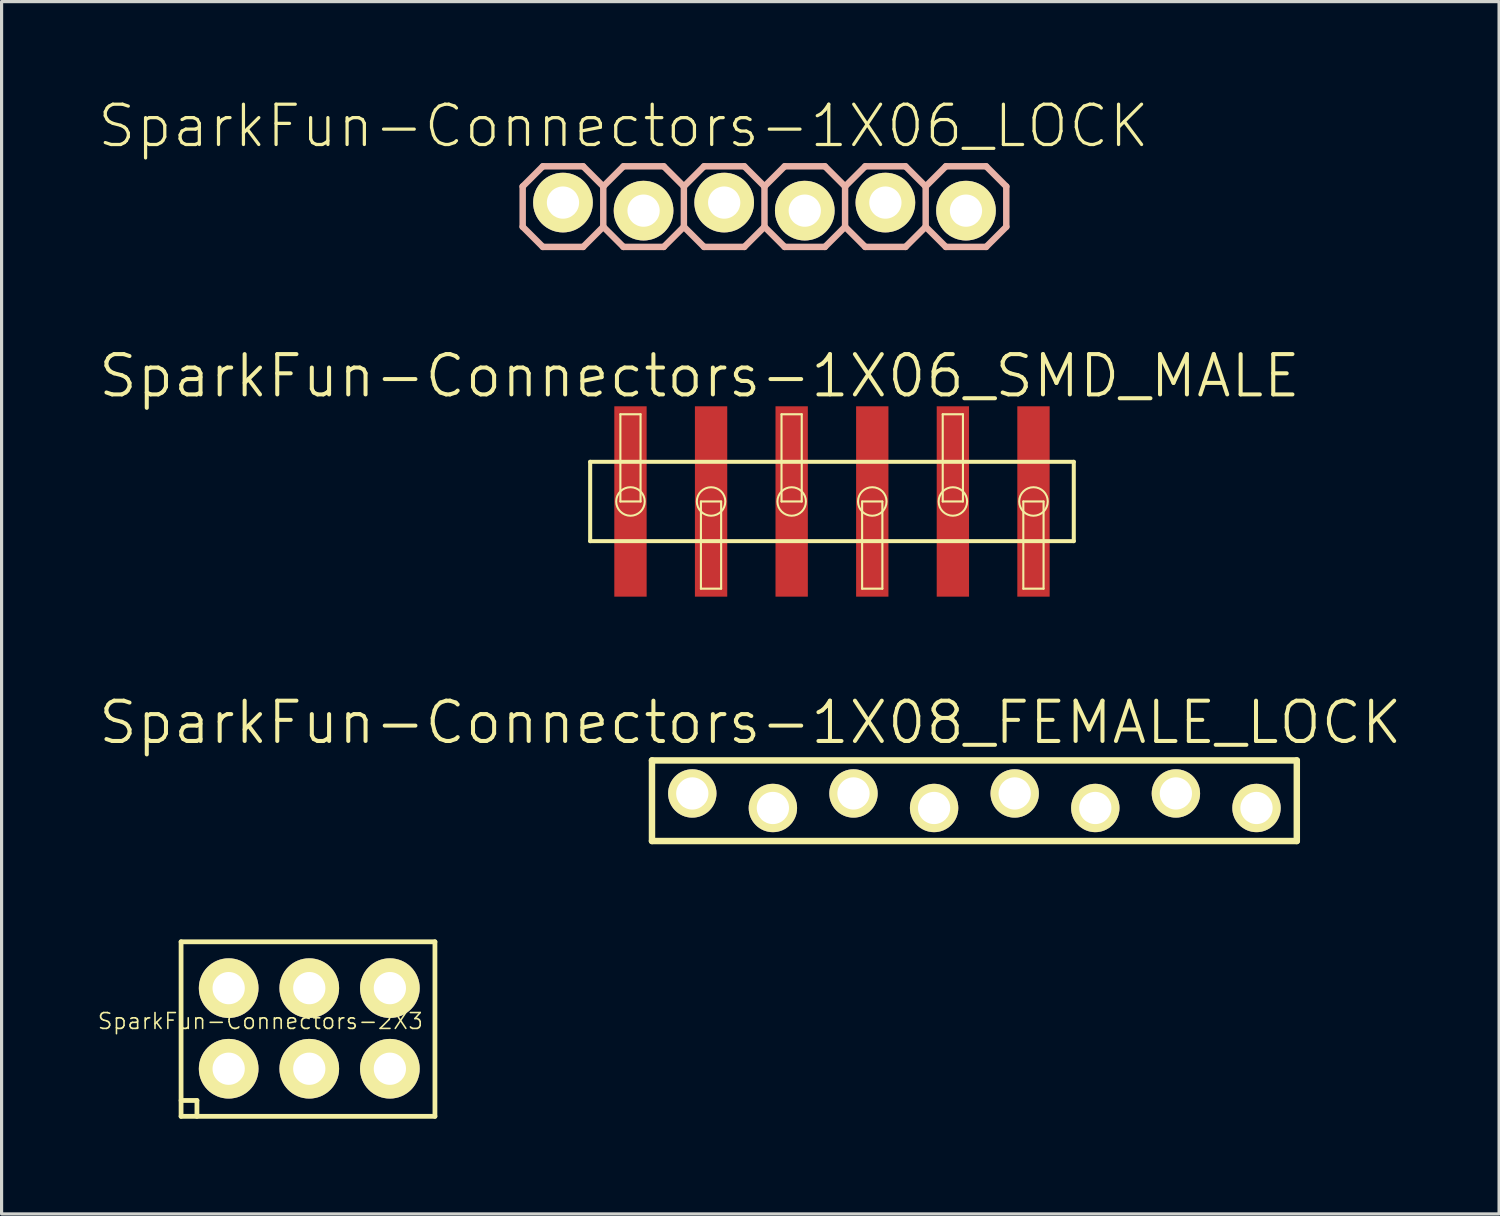
<source format=kicad_pcb>
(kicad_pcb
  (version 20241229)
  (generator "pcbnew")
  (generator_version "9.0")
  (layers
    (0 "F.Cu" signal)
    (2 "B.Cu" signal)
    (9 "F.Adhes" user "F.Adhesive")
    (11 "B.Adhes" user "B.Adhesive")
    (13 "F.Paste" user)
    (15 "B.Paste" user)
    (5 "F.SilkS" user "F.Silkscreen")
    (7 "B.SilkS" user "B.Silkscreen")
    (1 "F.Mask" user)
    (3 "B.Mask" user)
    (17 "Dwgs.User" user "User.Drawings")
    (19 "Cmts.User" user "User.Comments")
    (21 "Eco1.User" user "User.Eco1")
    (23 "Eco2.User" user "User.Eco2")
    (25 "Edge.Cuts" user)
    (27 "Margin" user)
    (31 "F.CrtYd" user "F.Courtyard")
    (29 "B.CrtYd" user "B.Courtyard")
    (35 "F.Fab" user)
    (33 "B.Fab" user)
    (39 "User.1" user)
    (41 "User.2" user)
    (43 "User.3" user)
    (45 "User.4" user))
  (footprint "SparkFun-Connectors-1X06_SMD_MALE"
    (layer "F.Cu")
    (at 16.818 12.753)
    (property "Reference" "SparkFun-Connectors-1X06_SMD_MALE" (at 2.174 -3.955 0) (layer "F.SilkS") (effects (font (size 1.27 1.27) (thickness 0.127))))
    (attr smd)
    (fp_line (start -1.27 -1.25) (end -1.27 1.25) (stroke (width 0.127) (type solid)) (layer "F.SilkS"))
    (fp_line (start -1.27 1.25) (end 13.97 1.25) (stroke (width 0.127) (type solid)) (layer "F.SilkS"))
    (fp_line (start -0.318 -2.748) (end 0.318 -2.748) (stroke (width 0.066) (type solid)) (layer "F.SilkS"))
    (fp_line (start -0.318 0) (end -0.318 -2.748) (stroke (width 0.066) (type solid)) (layer "F.SilkS"))
    (fp_line (start -0.318 0) (end 0.318 0) (stroke (width 0.066) (type solid)) (layer "F.SilkS"))
    (fp_line (start 0.318 0) (end 0.318 -2.748) (stroke (width 0.066) (type solid)) (layer "F.SilkS"))
    (fp_line (start 2.22 0) (end 2.857 0) (stroke (width 0.066) (type solid)) (layer "F.SilkS"))
    (fp_line (start 2.22 2.748) (end 2.22 0) (stroke (width 0.066) (type solid)) (layer "F.SilkS"))
    (fp_line (start 2.22 2.748) (end 2.857 2.748) (stroke (width 0.066) (type solid)) (layer "F.SilkS"))
    (fp_line (start 2.857 2.748) (end 2.857 0) (stroke (width 0.066) (type solid)) (layer "F.SilkS"))
    (fp_line (start 4.76 -2.748) (end 5.397 -2.748) (stroke (width 0.066) (type solid)) (layer "F.SilkS"))
    (fp_line (start 4.76 0) (end 4.76 -2.748) (stroke (width 0.066) (type solid)) (layer "F.SilkS"))
    (fp_line (start 4.76 0) (end 5.397 0) (stroke (width 0.066) (type solid)) (layer "F.SilkS"))
    (fp_line (start 5.397 0) (end 5.397 -2.748) (stroke (width 0.066) (type solid)) (layer "F.SilkS"))
    (fp_line (start 7.3 0) (end 7.938 0) (stroke (width 0.066) (type solid)) (layer "F.SilkS"))
    (fp_line (start 7.3 2.748) (end 7.3 0) (stroke (width 0.066) (type solid)) (layer "F.SilkS"))
    (fp_line (start 7.3 2.748) (end 7.938 2.748) (stroke (width 0.066) (type solid)) (layer "F.SilkS"))
    (fp_line (start 7.938 2.748) (end 7.938 0) (stroke (width 0.066) (type solid)) (layer "F.SilkS"))
    (fp_line (start 9.84 -2.748) (end 10.477 -2.748) (stroke (width 0.066) (type solid)) (layer "F.SilkS"))
    (fp_line (start 9.84 0) (end 9.84 -2.748) (stroke (width 0.066) (type solid)) (layer "F.SilkS"))
    (fp_line (start 9.84 0) (end 10.477 0) (stroke (width 0.066) (type solid)) (layer "F.SilkS"))
    (fp_line (start 10.477 0) (end 10.477 -2.748) (stroke (width 0.066) (type solid)) (layer "F.SilkS"))
    (fp_line (start 12.38 0) (end 13.018 0) (stroke (width 0.066) (type solid)) (layer "F.SilkS"))
    (fp_line (start 12.38 2.748) (end 12.38 0) (stroke (width 0.066) (type solid)) (layer "F.SilkS"))
    (fp_line (start 12.38 2.748) (end 13.018 2.748) (stroke (width 0.066) (type solid)) (layer "F.SilkS"))
    (fp_line (start 13.018 2.748) (end 13.018 0) (stroke (width 0.066) (type solid)) (layer "F.SilkS"))
    (fp_line (start 13.97 -1.25) (end -1.27 -1.25) (stroke (width 0.127) (type solid)) (layer "F.SilkS"))
    (fp_line (start 13.97 1.25) (end 13.97 -1.25) (stroke (width 0.127) (type solid)) (layer "F.SilkS"))
    (fp_circle (center 0 0) (end -0.318 0.318) (stroke (width 0.064) (type solid)) (fill no) (layer "F.SilkS"))
    (fp_circle (center 2.54 0) (end 2.857 0.318) (stroke (width 0.064) (type solid)) (fill no) (layer "F.SilkS"))
    (fp_circle (center 5.08 0) (end 5.397 0.318) (stroke (width 0.064) (type solid)) (fill no) (layer "F.SilkS"))
    (fp_circle (center 7.62 0) (end 7.938 0.318) (stroke (width 0.064) (type solid)) (fill no) (layer "F.SilkS"))
    (fp_circle (center 10.16 0) (end 10.477 0.318) (stroke (width 0.064) (type solid)) (fill no) (layer "F.SilkS"))
    (fp_circle (center 12.7 0) (end 13.018 0.318) (stroke (width 0.064) (type solid)) (fill no) (layer "F.SilkS"))
    (pad "1" smd rect (at 0 0) (size 1.019 5.999) (layers "F.Cu" "F.Mask" "F.Paste"))
    (pad "2" smd rect (at 2.54 0) (size 1.019 5.999) (layers "F.Cu" "F.Mask" "F.Paste"))
    (pad "3" smd rect (at 5.08 0) (size 1.019 5.999) (layers "F.Cu" "F.Mask" "F.Paste"))
    (pad "4" smd rect (at 7.62 0) (size 1.019 5.999) (layers "F.Cu" "F.Mask" "F.Paste"))
    (pad "5" smd rect (at 10.16 0) (size 1.019 5.999) (layers "F.Cu" "F.Mask" "F.Paste"))
    (pad "6" smd rect (at 12.7 0) (size 1.019 5.999) (layers "F.Cu" "F.Mask" "F.Paste")))
  (footprint "SparkFun-Connectors-1X06_LOCK"
    (layer "F.Cu")
    (at 14.691 3.334)
    (property "Reference" "SparkFun-Connectors-1X06_LOCK" (at 1.905 -2.413 0) (layer "F.SilkS") (effects (font (size 1.27 1.27) (thickness 0.102))))
    (attr exclude_from_pos_files exclude_from_bom)
    (fp_line (start -0.292 -0.165) (end 0.292 -0.165) (stroke (width 0.066) (type solid)) (layer "F.SilkS"))
    (fp_line (start -0.292 0.419) (end -0.292 -0.165) (stroke (width 0.066) (type solid)) (layer "F.SilkS"))
    (fp_line (start -0.292 0.419) (end 0.292 0.419) (stroke (width 0.066) (type solid)) (layer "F.SilkS"))
    (fp_line (start 0.292 0.419) (end 0.292 -0.165) (stroke (width 0.066) (type solid)) (layer "F.SilkS"))
    (fp_line (start 2.248 -0.165) (end 2.832 -0.165) (stroke (width 0.066) (type solid)) (layer "F.SilkS"))
    (fp_line (start 2.248 0.419) (end 2.248 -0.165) (stroke (width 0.066) (type solid)) (layer "F.SilkS"))
    (fp_line (start 2.248 0.419) (end 2.832 0.419) (stroke (width 0.066) (type solid)) (layer "F.SilkS"))
    (fp_line (start 2.832 0.419) (end 2.832 -0.165) (stroke (width 0.066) (type solid)) (layer "F.SilkS"))
    (fp_line (start 4.788 -0.165) (end 5.372 -0.165) (stroke (width 0.066) (type solid)) (layer "F.SilkS"))
    (fp_line (start 4.788 0.419) (end 4.788 -0.165) (stroke (width 0.066) (type solid)) (layer "F.SilkS"))
    (fp_line (start 4.788 0.419) (end 5.372 0.419) (stroke (width 0.066) (type solid)) (layer "F.SilkS"))
    (fp_line (start 5.372 0.419) (end 5.372 -0.165) (stroke (width 0.066) (type solid)) (layer "F.SilkS"))
    (fp_line (start 7.328 -0.165) (end 7.912 -0.165) (stroke (width 0.066) (type solid)) (layer "F.SilkS"))
    (fp_line (start 7.328 0.419) (end 7.328 -0.165) (stroke (width 0.066) (type solid)) (layer "F.SilkS"))
    (fp_line (start 7.328 0.419) (end 7.912 0.419) (stroke (width 0.066) (type solid)) (layer "F.SilkS"))
    (fp_line (start 7.912 0.419) (end 7.912 -0.165) (stroke (width 0.066) (type solid)) (layer "F.SilkS"))
    (fp_line (start 9.868 -0.165) (end 10.452 -0.165) (stroke (width 0.066) (type solid)) (layer "F.SilkS"))
    (fp_line (start 9.868 0.419) (end 9.868 -0.165) (stroke (width 0.066) (type solid)) (layer "F.SilkS"))
    (fp_line (start 9.868 0.419) (end 10.452 0.419) (stroke (width 0.066) (type solid)) (layer "F.SilkS"))
    (fp_line (start 10.452 0.419) (end 10.452 -0.165) (stroke (width 0.066) (type solid)) (layer "F.SilkS"))
    (fp_line (start 12.408 -0.165) (end 12.992 -0.165) (stroke (width 0.066) (type solid)) (layer "F.SilkS"))
    (fp_line (start 12.408 0.419) (end 12.408 -0.165) (stroke (width 0.066) (type solid)) (layer "F.SilkS"))
    (fp_line (start 12.408 0.419) (end 12.992 0.419) (stroke (width 0.066) (type solid)) (layer "F.SilkS"))
    (fp_line (start 12.992 0.419) (end 12.992 -0.165) (stroke (width 0.066) (type solid)) (layer "F.SilkS"))
    (fp_line (start -1.27 -0.508) (end -0.635 -1.143) (stroke (width 0.203) (type solid)) (layer "B.SilkS"))
    (fp_line (start -1.27 0.762) (end -1.27 -0.508) (stroke (width 0.203) (type solid)) (layer "B.SilkS"))
    (fp_line (start -0.635 -1.143) (end 0.635 -1.143) (stroke (width 0.203) (type solid)) (layer "B.SilkS"))
    (fp_line (start -0.635 1.397) (end -1.27 0.762) (stroke (width 0.203) (type solid)) (layer "B.SilkS"))
    (fp_line (start 0.635 -1.143) (end 1.27 -0.508) (stroke (width 0.203) (type solid)) (layer "B.SilkS"))
    (fp_line (start 0.635 1.397) (end -0.635 1.397) (stroke (width 0.203) (type solid)) (layer "B.SilkS"))
    (fp_line (start 1.27 -0.508) (end 1.27 0.762) (stroke (width 0.203) (type solid)) (layer "B.SilkS"))
    (fp_line (start 1.27 -0.508) (end 1.905 -1.143) (stroke (width 0.203) (type solid)) (layer "B.SilkS"))
    (fp_line (start 1.27 0.762) (end 0.635 1.397) (stroke (width 0.203) (type solid)) (layer "B.SilkS"))
    (fp_line (start 1.905 -1.143) (end 3.175 -1.143) (stroke (width 0.203) (type solid)) (layer "B.SilkS"))
    (fp_line (start 1.905 1.397) (end 1.27 0.762) (stroke (width 0.203) (type solid)) (layer "B.SilkS"))
    (fp_line (start 3.175 -1.143) (end 3.81 -0.508) (stroke (width 0.203) (type solid)) (layer "B.SilkS"))
    (fp_line (start 3.175 1.397) (end 1.905 1.397) (stroke (width 0.203) (type solid)) (layer "B.SilkS"))
    (fp_line (start 3.81 -0.508) (end 3.81 0.762) (stroke (width 0.203) (type solid)) (layer "B.SilkS"))
    (fp_line (start 3.81 -0.508) (end 4.445 -1.143) (stroke (width 0.203) (type solid)) (layer "B.SilkS"))
    (fp_line (start 3.81 0.762) (end 3.175 1.397) (stroke (width 0.203) (type solid)) (layer "B.SilkS"))
    (fp_line (start 4.445 -1.143) (end 5.715 -1.143) (stroke (width 0.203) (type solid)) (layer "B.SilkS"))
    (fp_line (start 4.445 1.397) (end 3.81 0.762) (stroke (width 0.203) (type solid)) (layer "B.SilkS"))
    (fp_line (start 5.715 -1.143) (end 6.35 -0.508) (stroke (width 0.203) (type solid)) (layer "B.SilkS"))
    (fp_line (start 5.715 1.397) (end 4.445 1.397) (stroke (width 0.203) (type solid)) (layer "B.SilkS"))
    (fp_line (start 6.35 -0.508) (end 6.35 0.762) (stroke (width 0.203) (type solid)) (layer "B.SilkS"))
    (fp_line (start 6.35 -0.508) (end 6.985 -1.143) (stroke (width 0.203) (type solid)) (layer "B.SilkS"))
    (fp_line (start 6.35 0.762) (end 5.715 1.397) (stroke (width 0.203) (type solid)) (layer "B.SilkS"))
    (fp_line (start 6.985 -1.143) (end 8.255 -1.143) (stroke (width 0.203) (type solid)) (layer "B.SilkS"))
    (fp_line (start 6.985 1.397) (end 6.35 0.762) (stroke (width 0.203) (type solid)) (layer "B.SilkS"))
    (fp_line (start 8.255 -1.143) (end 8.89 -0.508) (stroke (width 0.203) (type solid)) (layer "B.SilkS"))
    (fp_line (start 8.255 1.397) (end 6.985 1.397) (stroke (width 0.203) (type solid)) (layer "B.SilkS"))
    (fp_line (start 8.89 -0.508) (end 8.89 0.762) (stroke (width 0.203) (type solid)) (layer "B.SilkS"))
    (fp_line (start 8.89 -0.508) (end 9.525 -1.143) (stroke (width 0.203) (type solid)) (layer "B.SilkS"))
    (fp_line (start 8.89 0.762) (end 8.255 1.397) (stroke (width 0.203) (type solid)) (layer "B.SilkS"))
    (fp_line (start 9.525 -1.143) (end 10.795 -1.143) (stroke (width 0.203) (type solid)) (layer "B.SilkS"))
    (fp_line (start 9.525 1.397) (end 8.89 0.762) (stroke (width 0.203) (type solid)) (layer "B.SilkS"))
    (fp_line (start 10.795 -1.143) (end 11.43 -0.508) (stroke (width 0.203) (type solid)) (layer "B.SilkS"))
    (fp_line (start 10.795 1.397) (end 9.525 1.397) (stroke (width 0.203) (type solid)) (layer "B.SilkS"))
    (fp_line (start 11.43 -0.508) (end 11.43 0.762) (stroke (width 0.203) (type solid)) (layer "B.SilkS"))
    (fp_line (start 11.43 -0.508) (end 12.065 -1.143) (stroke (width 0.203) (type solid)) (layer "B.SilkS"))
    (fp_line (start 11.43 0.762) (end 10.795 1.397) (stroke (width 0.203) (type solid)) (layer "B.SilkS"))
    (fp_line (start 12.065 -1.143) (end 13.335 -1.143) (stroke (width 0.203) (type solid)) (layer "B.SilkS"))
    (fp_line (start 12.065 1.397) (end 11.43 0.762) (stroke (width 0.203) (type solid)) (layer "B.SilkS"))
    (fp_line (start 13.335 -1.143) (end 13.97 -0.508) (stroke (width 0.203) (type solid)) (layer "B.SilkS"))
    (fp_line (start 13.335 1.397) (end 12.065 1.397) (stroke (width 0.203) (type solid)) (layer "B.SilkS"))
    (fp_line (start 13.97 -0.508) (end 13.97 0.762) (stroke (width 0.203) (type solid)) (layer "B.SilkS"))
    (fp_line (start 13.97 0.762) (end 13.335 1.397) (stroke (width 0.203) (type solid)) (layer "B.SilkS"))
    (pad "1" thru_hole circle (at 0 0) (size 1.88 1.88) (drill 1.016) (layers "*.Cu" "*.Mask" "F.SilkS" "F.Paste"))
    (pad "2" thru_hole circle (at 2.54 0.254) (size 1.88 1.88) (drill 1.016) (layers "*.Cu" "*.Mask" "F.SilkS" "F.Paste"))
    (pad "3" thru_hole circle (at 5.08 0) (size 1.88 1.88) (drill 1.016) (layers "*.Cu" "*.Mask" "F.SilkS" "F.Paste"))
    (pad "4" thru_hole circle (at 7.62 0.254) (size 1.88 1.88) (drill 1.016) (layers "*.Cu" "*.Mask" "F.SilkS" "F.Paste"))
    (pad "5" thru_hole circle (at 10.16 0) (size 1.88 1.88) (drill 1.016) (layers "*.Cu" "*.Mask" "F.SilkS" "F.Paste"))
    (pad "6" thru_hole circle (at 12.7 0.254) (size 1.88 1.88) (drill 1.016) (layers "*.Cu" "*.Mask" "F.SilkS" "F.Paste")))
  (footprint "SparkFun-Connectors-1X08_FEMALE_LOCK"
    (layer "F.Cu")
    (at 18.766 22.183)
    (property "Reference" "SparkFun-Connectors-1X08_FEMALE_LOCK" (at 1.829 -2.464 0) (layer "F.SilkS") (effects (font (size 1.27 1.27) (thickness 0.127))))
    (attr exclude_from_pos_files exclude_from_bom)
    (fp_line (start -1.27 -1.27) (end -1.27 1.27) (stroke (width 0.203) (type solid)) (layer "F.SilkS"))
    (fp_line (start -1.27 -1.27) (end 19.05 -1.27) (stroke (width 0.203) (type solid)) (layer "F.SilkS"))
    (fp_line (start -0.318 -0.191) (end 0.318 -0.191) (stroke (width 0.066) (type solid)) (layer "F.SilkS"))
    (fp_line (start -0.318 0.191) (end -0.318 -0.191) (stroke (width 0.066) (type solid)) (layer "F.SilkS"))
    (fp_line (start -0.318 0.191) (end 0.318 0.191) (stroke (width 0.066) (type solid)) (layer "F.SilkS"))
    (fp_line (start 0.318 0.191) (end 0.318 -0.191) (stroke (width 0.066) (type solid)) (layer "F.SilkS"))
    (fp_line (start 2.223 -0.191) (end 2.857 -0.191) (stroke (width 0.066) (type solid)) (layer "F.SilkS"))
    (fp_line (start 2.223 0.191) (end 2.223 -0.191) (stroke (width 0.066) (type solid)) (layer "F.SilkS"))
    (fp_line (start 2.223 0.191) (end 2.857 0.191) (stroke (width 0.066) (type solid)) (layer "F.SilkS"))
    (fp_line (start 2.857 0.191) (end 2.857 -0.191) (stroke (width 0.066) (type solid)) (layer "F.SilkS"))
    (fp_line (start 4.763 -0.191) (end 5.397 -0.191) (stroke (width 0.066) (type solid)) (layer "F.SilkS"))
    (fp_line (start 4.763 0.191) (end 4.763 -0.191) (stroke (width 0.066) (type solid)) (layer "F.SilkS"))
    (fp_line (start 4.763 0.191) (end 5.397 0.191) (stroke (width 0.066) (type solid)) (layer "F.SilkS"))
    (fp_line (start 5.397 0.191) (end 5.397 -0.191) (stroke (width 0.066) (type solid)) (layer "F.SilkS"))
    (fp_line (start 7.303 -0.191) (end 7.938 -0.191) (stroke (width 0.066) (type solid)) (layer "F.SilkS"))
    (fp_line (start 7.303 0.191) (end 7.303 -0.191) (stroke (width 0.066) (type solid)) (layer "F.SilkS"))
    (fp_line (start 7.303 0.191) (end 7.938 0.191) (stroke (width 0.066) (type solid)) (layer "F.SilkS"))
    (fp_line (start 7.938 0.191) (end 7.938 -0.191) (stroke (width 0.066) (type solid)) (layer "F.SilkS"))
    (fp_line (start 9.842 -0.191) (end 10.477 -0.191) (stroke (width 0.066) (type solid)) (layer "F.SilkS"))
    (fp_line (start 9.842 0.191) (end 9.842 -0.191) (stroke (width 0.066) (type solid)) (layer "F.SilkS"))
    (fp_line (start 9.842 0.191) (end 10.477 0.191) (stroke (width 0.066) (type solid)) (layer "F.SilkS"))
    (fp_line (start 10.477 0.191) (end 10.477 -0.191) (stroke (width 0.066) (type solid)) (layer "F.SilkS"))
    (fp_line (start 12.383 -0.191) (end 13.018 -0.191) (stroke (width 0.066) (type solid)) (layer "F.SilkS"))
    (fp_line (start 12.383 0.191) (end 12.383 -0.191) (stroke (width 0.066) (type solid)) (layer "F.SilkS"))
    (fp_line (start 12.383 0.191) (end 13.018 0.191) (stroke (width 0.066) (type solid)) (layer "F.SilkS"))
    (fp_line (start 13.018 0.191) (end 13.018 -0.191) (stroke (width 0.066) (type solid)) (layer "F.SilkS"))
    (fp_line (start 14.922 -0.191) (end 15.557 -0.191) (stroke (width 0.066) (type solid)) (layer "F.SilkS"))
    (fp_line (start 14.922 0.191) (end 14.922 -0.191) (stroke (width 0.066) (type solid)) (layer "F.SilkS"))
    (fp_line (start 14.922 0.191) (end 15.557 0.191) (stroke (width 0.066) (type solid)) (layer "F.SilkS"))
    (fp_line (start 15.557 0.191) (end 15.557 -0.191) (stroke (width 0.066) (type solid)) (layer "F.SilkS"))
    (fp_line (start 17.462 -0.191) (end 18.098 -0.191) (stroke (width 0.066) (type solid)) (layer "F.SilkS"))
    (fp_line (start 17.462 0.191) (end 17.462 -0.191) (stroke (width 0.066) (type solid)) (layer "F.SilkS"))
    (fp_line (start 17.462 0.191) (end 18.098 0.191) (stroke (width 0.066) (type solid)) (layer "F.SilkS"))
    (fp_line (start 18.098 0.191) (end 18.098 -0.191) (stroke (width 0.066) (type solid)) (layer "F.SilkS"))
    (fp_line (start 19.05 -1.27) (end 19.05 1.27) (stroke (width 0.203) (type solid)) (layer "F.SilkS"))
    (fp_line (start 19.05 1.27) (end -1.27 1.27) (stroke (width 0.203) (type solid)) (layer "F.SilkS"))
    (pad "1" thru_hole circle (at 0 -0.229) (size 1.524 1.524) (drill 1.016) (layers "*.Cu" "*.Mask" "F.SilkS" "F.Paste"))
    (pad "2" thru_hole circle (at 2.54 0.229) (size 1.524 1.524) (drill 1.016) (layers "*.Cu" "*.Mask" "F.SilkS" "F.Paste"))
    (pad "3" thru_hole circle (at 5.08 -0.229) (size 1.524 1.524) (drill 1.016) (layers "*.Cu" "*.Mask" "F.SilkS" "F.Paste"))
    (pad "4" thru_hole circle (at 7.62 0.229) (size 1.524 1.524) (drill 1.016) (layers "*.Cu" "*.Mask" "F.SilkS" "F.Paste"))
    (pad "5" thru_hole circle (at 10.16 -0.229) (size 1.524 1.524) (drill 1.016) (layers "*.Cu" "*.Mask" "F.SilkS" "F.Paste"))
    (pad "6" thru_hole circle (at 12.7 0.229) (size 1.524 1.524) (drill 1.016) (layers "*.Cu" "*.Mask" "F.SilkS" "F.Paste"))
    (pad "7" thru_hole circle (at 15.24 -0.229) (size 1.524 1.524) (drill 1.016) (layers "*.Cu" "*.Mask" "F.SilkS" "F.Paste"))
    (pad "8" thru_hole circle (at 17.78 0.229) (size 1.524 1.524) (drill 1.016) (layers "*.Cu" "*.Mask" "F.SilkS" "F.Paste")))
  (footprint "SparkFun-Connectors-2X3"
    (layer "F.Cu")
    (at 4.156 30.629)
    (property "Reference" "SparkFun-Connectors-2X3" (at 1 -1.5 0) (layer "F.SilkS") (effects (font (size 0.5 0.5) (thickness 0.05))))
    (attr exclude_from_pos_files exclude_from_bom)
    (fp_line (start -1.5 -4) (end 6.5 -4) (stroke (width 0.15) (type solid)) (layer "F.SilkS"))
    (fp_line (start -1.5 1) (end -1 1) (stroke (width 0.15) (type solid)) (layer "F.SilkS"))
    (fp_line (start -1.5 1.5) (end -1.5 -4) (stroke (width 0.15) (type solid)) (layer "F.SilkS"))
    (fp_line (start -1 1) (end -1 1.5) (stroke (width 0.15) (type solid)) (layer "F.SilkS"))
    (fp_line (start -0.254 -2.794) (end 0.254 -2.794) (stroke (width 0.066) (type solid)) (layer "F.SilkS"))
    (fp_line (start -0.254 -2.286) (end -0.254 -2.794) (stroke (width 0.066) (type solid)) (layer "F.SilkS"))
    (fp_line (start -0.254 -2.286) (end 0.254 -2.286) (stroke (width 0.066) (type solid)) (layer "F.SilkS"))
    (fp_line (start -0.254 -0.254) (end 0.254 -0.254) (stroke (width 0.066) (type solid)) (layer "F.SilkS"))
    (fp_line (start -0.254 0.254) (end -0.254 -0.254) (stroke (width 0.066) (type solid)) (layer "F.SilkS"))
    (fp_line (start -0.254 0.254) (end 0.254 0.254) (stroke (width 0.066) (type solid)) (layer "F.SilkS"))
    (fp_line (start 0.254 -2.286) (end 0.254 -2.794) (stroke (width 0.066) (type solid)) (layer "F.SilkS"))
    (fp_line (start 0.254 0.254) (end 0.254 -0.254) (stroke (width 0.066) (type solid)) (layer "F.SilkS"))
    (fp_line (start 2.286 -2.794) (end 2.794 -2.794) (stroke (width 0.066) (type solid)) (layer "F.SilkS"))
    (fp_line (start 2.286 -2.286) (end 2.286 -2.794) (stroke (width 0.066) (type solid)) (layer "F.SilkS"))
    (fp_line (start 2.286 -2.286) (end 2.794 -2.286) (stroke (width 0.066) (type solid)) (layer "F.SilkS"))
    (fp_line (start 2.286 -0.254) (end 2.794 -0.254) (stroke (width 0.066) (type solid)) (layer "F.SilkS"))
    (fp_line (start 2.286 0.254) (end 2.286 -0.254) (stroke (width 0.066) (type solid)) (layer "F.SilkS"))
    (fp_line (start 2.286 0.254) (end 2.794 0.254) (stroke (width 0.066) (type solid)) (layer "F.SilkS"))
    (fp_line (start 2.794 -2.286) (end 2.794 -2.794) (stroke (width 0.066) (type solid)) (layer "F.SilkS"))
    (fp_line (start 2.794 0.254) (end 2.794 -0.254) (stroke (width 0.066) (type solid)) (layer "F.SilkS"))
    (fp_line (start 4.826 -2.794) (end 5.334 -2.794) (stroke (width 0.066) (type solid)) (layer "F.SilkS"))
    (fp_line (start 4.826 -2.286) (end 4.826 -2.794) (stroke (width 0.066) (type solid)) (layer "F.SilkS"))
    (fp_line (start 4.826 -2.286) (end 5.334 -2.286) (stroke (width 0.066) (type solid)) (layer "F.SilkS"))
    (fp_line (start 4.826 -0.254) (end 5.334 -0.254) (stroke (width 0.066) (type solid)) (layer "F.SilkS"))
    (fp_line (start 4.826 0.254) (end 4.826 -0.254) (stroke (width 0.066) (type solid)) (layer "F.SilkS"))
    (fp_line (start 4.826 0.254) (end 5.334 0.254) (stroke (width 0.066) (type solid)) (layer "F.SilkS"))
    (fp_line (start 5.334 -2.286) (end 5.334 -2.794) (stroke (width 0.066) (type solid)) (layer "F.SilkS"))
    (fp_line (start 5.334 0.254) (end 5.334 -0.254) (stroke (width 0.066) (type solid)) (layer "F.SilkS"))
    (fp_line (start 6.5 -4) (end 6.5 1.5) (stroke (width 0.15) (type solid)) (layer "F.SilkS"))
    (fp_line (start 6.5 1.5) (end -1.5 1.5) (stroke (width 0.15) (type solid)) (layer "F.SilkS"))
    (pad "1" thru_hole circle (at 0 0) (size 1.88 1.88) (drill 1.016) (layers "*.Cu" "F.Mask" "F.SilkS" "F.Paste"))
    (pad "2" thru_hole circle (at 0 -2.54) (size 1.88 1.88) (drill 1.016) (layers "*.Cu" "F.Mask" "F.SilkS" "F.Paste"))
    (pad "3" thru_hole circle (at 2.54 0) (size 1.88 1.88) (drill 1.016) (layers "*.Cu" "F.Mask" "F.SilkS" "F.Paste"))
    (pad "4" thru_hole circle (at 2.54 -2.54) (size 1.88 1.88) (drill 1.016) (layers "*.Cu" "F.Mask" "F.SilkS" "F.Paste"))
    (pad "5" thru_hole circle (at 5.08 0) (size 1.88 1.88) (drill 1.016) (layers "*.Cu" "F.Mask" "F.SilkS" "F.Paste"))
    (pad "6" thru_hole circle (at 5.08 -2.54) (size 1.88 1.88) (drill 1.016) (layers "*.Cu" "F.Mask" "F.SilkS" "F.Paste")))
  (gr_rect
    (start -3 -3)
    (end 44.19 35.204)
    (stroke (width 0.1) (type default))
    (fill no)
    (layer "Edge.Cuts")))
</source>
